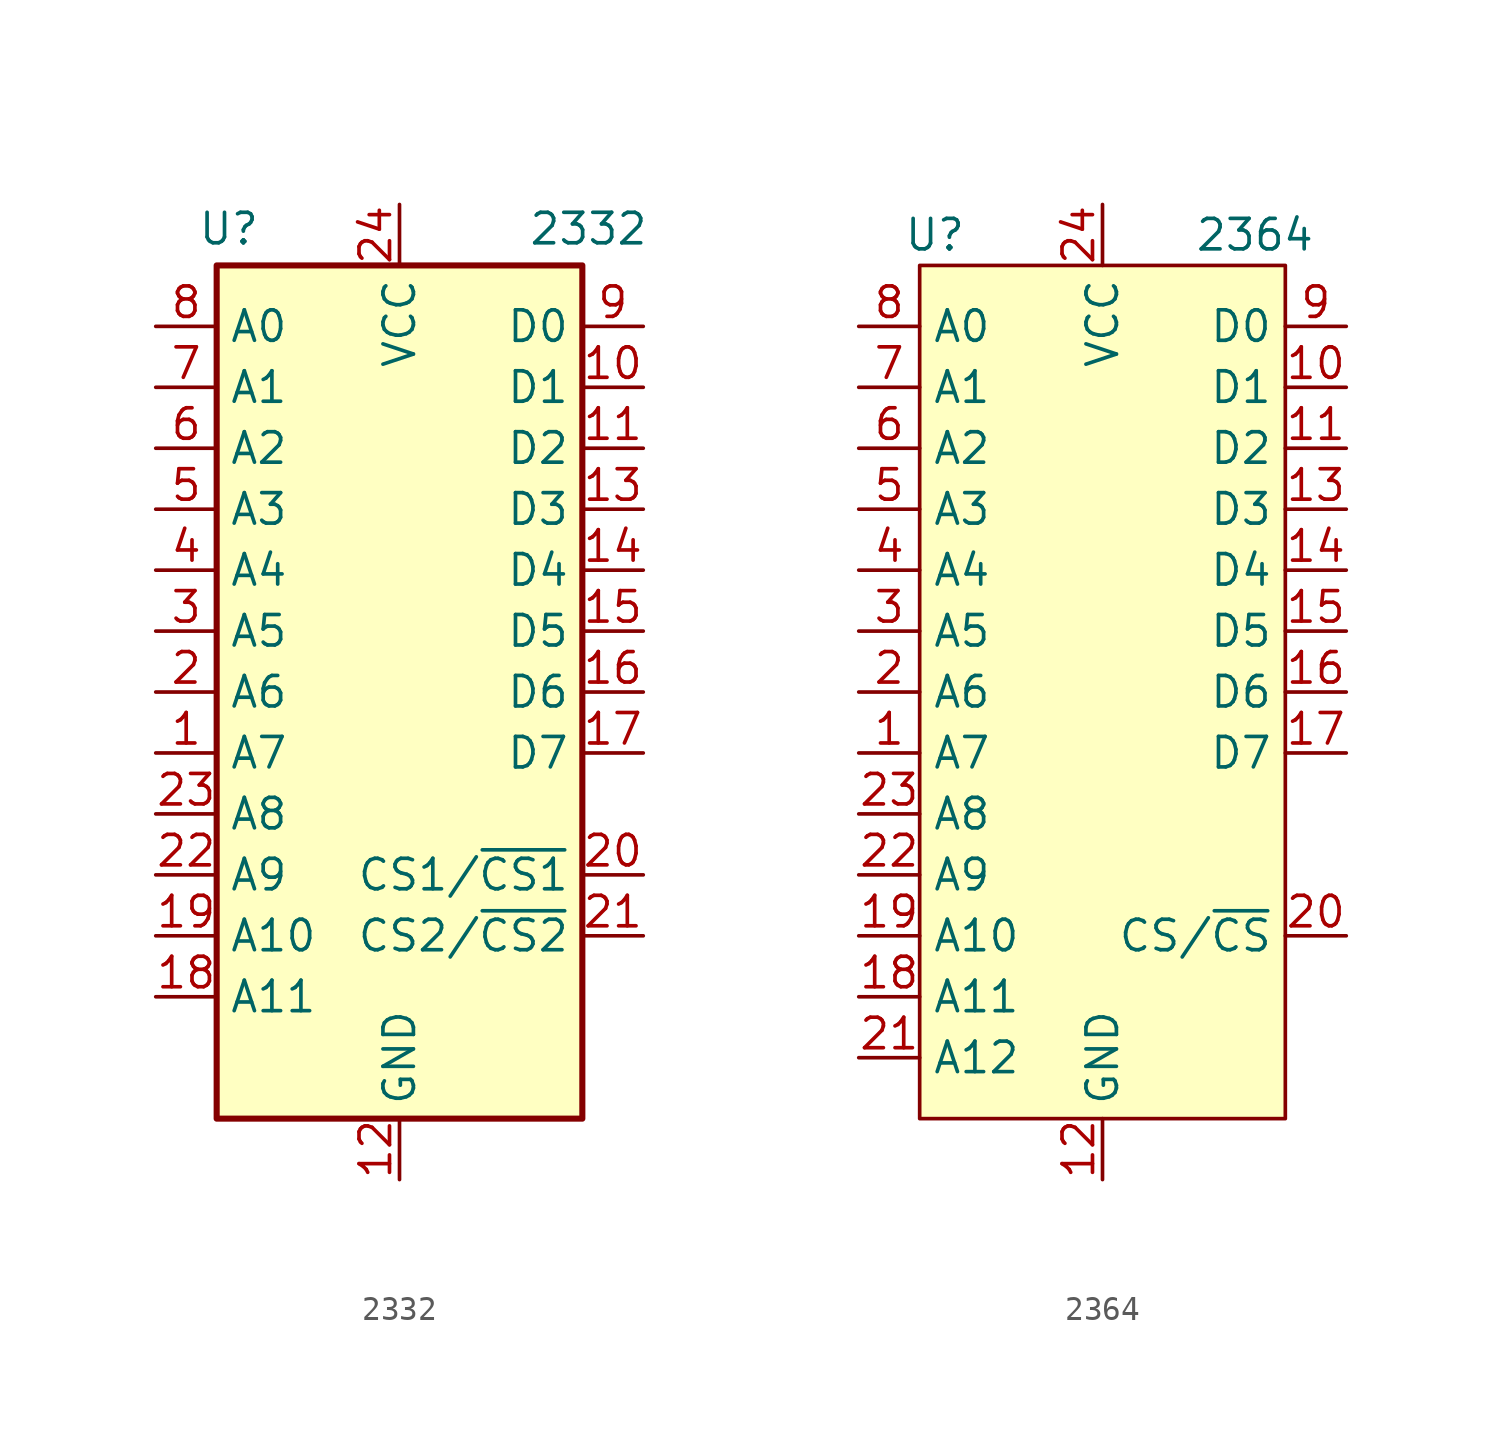
<source format=kicad_sym>
(kicad_symbol_lib
  (version 20220914)
  (generator kicad_symbol_editor)
  (symbol "2332"
    (property "Reference" "U"
      (at -7.112 19.304 0)
      (effects (font (size 1.27 1.27))))
    (property "Value" "2332"
      (at 7.874 19.304 0)
      (effects (font (size 1.27 1.27))))
    (symbol "2332_0_1"
      (rectangle (start -7.62 17.78) (end 7.62 -17.78) (stroke (width 0.254) (type solid)) (fill (type background))))
    (symbol "2332_1_1"
      (pin input line (at -10.16 -2.54 0) (length 2.54) (name "A7" (effects (font (size 1.27 1.27)))) (number "1" (effects (font (size 1.27 1.27)))))
      (pin tri_state line (at 10.16 12.7 180) (length 2.54) (name "D1" (effects (font (size 1.27 1.27)))) (number "10" (effects (font (size 1.27 1.27)))))
      (pin tri_state line (at 10.16 10.16 180) (length 2.54) (name "D2" (effects (font (size 1.27 1.27)))) (number "11" (effects (font (size 1.27 1.27)))))
      (pin power_in line (at 0 -20.32 90) (length 2.54) (name "GND" (effects (font (size 1.27 1.27)))) (number "12" (effects (font (size 1.27 1.27)))))
      (pin tri_state line (at 10.16 7.62 180) (length 2.54) (name "D3" (effects (font (size 1.27 1.27)))) (number "13" (effects (font (size 1.27 1.27)))))
      (pin tri_state line (at 10.16 5.08 180) (length 2.54) (name "D4" (effects (font (size 1.27 1.27)))) (number "14" (effects (font (size 1.27 1.27)))))
      (pin tri_state line (at 10.16 2.54 180) (length 2.54) (name "D5" (effects (font (size 1.27 1.27)))) (number "15" (effects (font (size 1.27 1.27)))))
      (pin tri_state line (at 10.16 0 180) (length 2.54) (name "D6" (effects (font (size 1.27 1.27)))) (number "16" (effects (font (size 1.27 1.27)))))
      (pin tri_state line (at 10.16 -2.54 180) (length 2.54) (name "D7" (effects (font (size 1.27 1.27)))) (number "17" (effects (font (size 1.27 1.27)))))
      (pin input line (at -10.16 -12.7 0) (length 2.54) (name "A11" (effects (font (size 1.27 1.27)))) (number "18" (effects (font (size 1.27 1.27)))))
      (pin input line (at -10.16 -10.16 0) (length 2.54) (name "A10" (effects (font (size 1.27 1.27)))) (number "19" (effects (font (size 1.27 1.27)))))
      (pin input line (at -10.16 0 0) (length 2.54) (name "A6" (effects (font (size 1.27 1.27)))) (number "2" (effects (font (size 1.27 1.27)))))
      (pin input line (at 10.16 -7.62 180) (length 2.54) (name "CS1/~{CS1}" (effects (font (size 1.27 1.27)))) (number "20" (effects (font (size 1.27 1.27)))))
      (pin input line (at 10.16 -10.16 180) (length 2.54) (name "CS2/~{CS2}" (effects (font (size 1.27 1.27)))) (number "21" (effects (font (size 1.27 1.27)))))
      (pin input line (at -10.16 -7.62 0) (length 2.54) (name "A9" (effects (font (size 1.27 1.27)))) (number "22" (effects (font (size 1.27 1.27)))))
      (pin input line (at -10.16 -5.08 0) (length 2.54) (name "A8" (effects (font (size 1.27 1.27)))) (number "23" (effects (font (size 1.27 1.27)))))
      (pin power_in line (at 0 20.32 270) (length 2.54) (name "VCC" (effects (font (size 1.27 1.27)))) (number "24" (effects (font (size 1.27 1.27)))))
      (pin input line (at -10.16 2.54 0) (length 2.54) (name "A5" (effects (font (size 1.27 1.27)))) (number "3" (effects (font (size 1.27 1.27)))))
      (pin input line (at -10.16 5.08 0) (length 2.54) (name "A4" (effects (font (size 1.27 1.27)))) (number "4" (effects (font (size 1.27 1.27)))))
      (pin input line (at -10.16 7.62 0) (length 2.54) (name "A3" (effects (font (size 1.27 1.27)))) (number "5" (effects (font (size 1.27 1.27)))))
      (pin input line (at -10.16 10.16 0) (length 2.54) (name "A2" (effects (font (size 1.27 1.27)))) (number "6" (effects (font (size 1.27 1.27)))))
      (pin input line (at -10.16 12.7 0) (length 2.54) (name "A1" (effects (font (size 1.27 1.27)))) (number "7" (effects (font (size 1.27 1.27)))))
      (pin input line (at -10.16 15.24 0) (length 2.54) (name "A0" (effects (font (size 1.27 1.27)))) (number "8" (effects (font (size 1.27 1.27)))))
      (pin tri_state line (at 10.16 15.24 180) (length 2.54) (name "D0" (effects (font (size 1.27 1.27)))) (number "9" (effects (font (size 1.27 1.27)))))))
  (symbol "2364"
    (property "Reference" "U"
      (at -6.985 19.05 0)
      (effects (font (size 1.27 1.27))))
    (property "Value" "2364"
      (at 6.35 19.05 0)
      (effects (font (size 1.27 1.27))))
    (symbol "2364_0_1"
      (rectangle (start -7.62 17.78) (end 7.62 -17.78) (stroke (width 0) (type solid)) (fill (type background))))
    (symbol "2364_1_1"
      (pin input line (at -10.16 -2.54 0) (length 2.54) (name "A7" (effects (font (size 1.27 1.27)))) (number "1" (effects (font (size 1.27 1.27)))))
      (pin tri_state line (at 10.16 12.7 180) (length 2.54) (name "D1" (effects (font (size 1.27 1.27)))) (number "10" (effects (font (size 1.27 1.27)))))
      (pin tri_state line (at 10.16 10.16 180) (length 2.54) (name "D2" (effects (font (size 1.27 1.27)))) (number "11" (effects (font (size 1.27 1.27)))))
      (pin power_in line (at 0 -20.32 90) (length 2.54) (name "GND" (effects (font (size 1.27 1.27)))) (number "12" (effects (font (size 1.27 1.27)))))
      (pin tri_state line (at 10.16 7.62 180) (length 2.54) (name "D3" (effects (font (size 1.27 1.27)))) (number "13" (effects (font (size 1.27 1.27)))))
      (pin tri_state line (at 10.16 5.08 180) (length 2.54) (name "D4" (effects (font (size 1.27 1.27)))) (number "14" (effects (font (size 1.27 1.27)))))
      (pin tri_state line (at 10.16 2.54 180) (length 2.54) (name "D5" (effects (font (size 1.27 1.27)))) (number "15" (effects (font (size 1.27 1.27)))))
      (pin tri_state line (at 10.16 0 180) (length 2.54) (name "D6" (effects (font (size 1.27 1.27)))) (number "16" (effects (font (size 1.27 1.27)))))
      (pin tri_state line (at 10.16 -2.54 180) (length 2.54) (name "D7" (effects (font (size 1.27 1.27)))) (number "17" (effects (font (size 1.27 1.27)))))
      (pin input line (at -10.16 -12.7 0) (length 2.54) (name "A11" (effects (font (size 1.27 1.27)))) (number "18" (effects (font (size 1.27 1.27)))))
      (pin input line (at -10.16 -10.16 0) (length 2.54) (name "A10" (effects (font (size 1.27 1.27)))) (number "19" (effects (font (size 1.27 1.27)))))
      (pin input line (at -10.16 0 0) (length 2.54) (name "A6" (effects (font (size 1.27 1.27)))) (number "2" (effects (font (size 1.27 1.27)))))
      (pin input line (at 10.16 -10.16 180) (length 2.54) (name "CS/~{CS}" (effects (font (size 1.27 1.27)))) (number "20" (effects (font (size 1.27 1.27)))))
      (pin input line (at -10.16 -15.24 0) (length 2.54) (name "A12" (effects (font (size 1.27 1.27)))) (number "21" (effects (font (size 1.27 1.27)))))
      (pin input line (at -10.16 -7.62 0) (length 2.54) (name "A9" (effects (font (size 1.27 1.27)))) (number "22" (effects (font (size 1.27 1.27)))))
      (pin input line (at -10.16 -5.08 0) (length 2.54) (name "A8" (effects (font (size 1.27 1.27)))) (number "23" (effects (font (size 1.27 1.27)))))
      (pin power_in line (at 0 20.32 270) (length 2.54) (name "VCC" (effects (font (size 1.27 1.27)))) (number "24" (effects (font (size 1.27 1.27)))))
      (pin input line (at -10.16 2.54 0) (length 2.54) (name "A5" (effects (font (size 1.27 1.27)))) (number "3" (effects (font (size 1.27 1.27)))))
      (pin input line (at -10.16 5.08 0) (length 2.54) (name "A4" (effects (font (size 1.27 1.27)))) (number "4" (effects (font (size 1.27 1.27)))))
      (pin input line (at -10.16 7.62 0) (length 2.54) (name "A3" (effects (font (size 1.27 1.27)))) (number "5" (effects (font (size 1.27 1.27)))))
      (pin input line (at -10.16 10.16 0) (length 2.54) (name "A2" (effects (font (size 1.27 1.27)))) (number "6" (effects (font (size 1.27 1.27)))))
      (pin input line (at -10.16 12.7 0) (length 2.54) (name "A1" (effects (font (size 1.27 1.27)))) (number "7" (effects (font (size 1.27 1.27)))))
      (pin input line (at -10.16 15.24 0) (length 2.54) (name "A0" (effects (font (size 1.27 1.27)))) (number "8" (effects (font (size 1.27 1.27)))))
      (pin tri_state line (at 10.16 15.24 180) (length 2.54) (name "D0" (effects (font (size 1.27 1.27)))) (number "9" (effects (font (size 1.27 1.27))))))))
</source>
